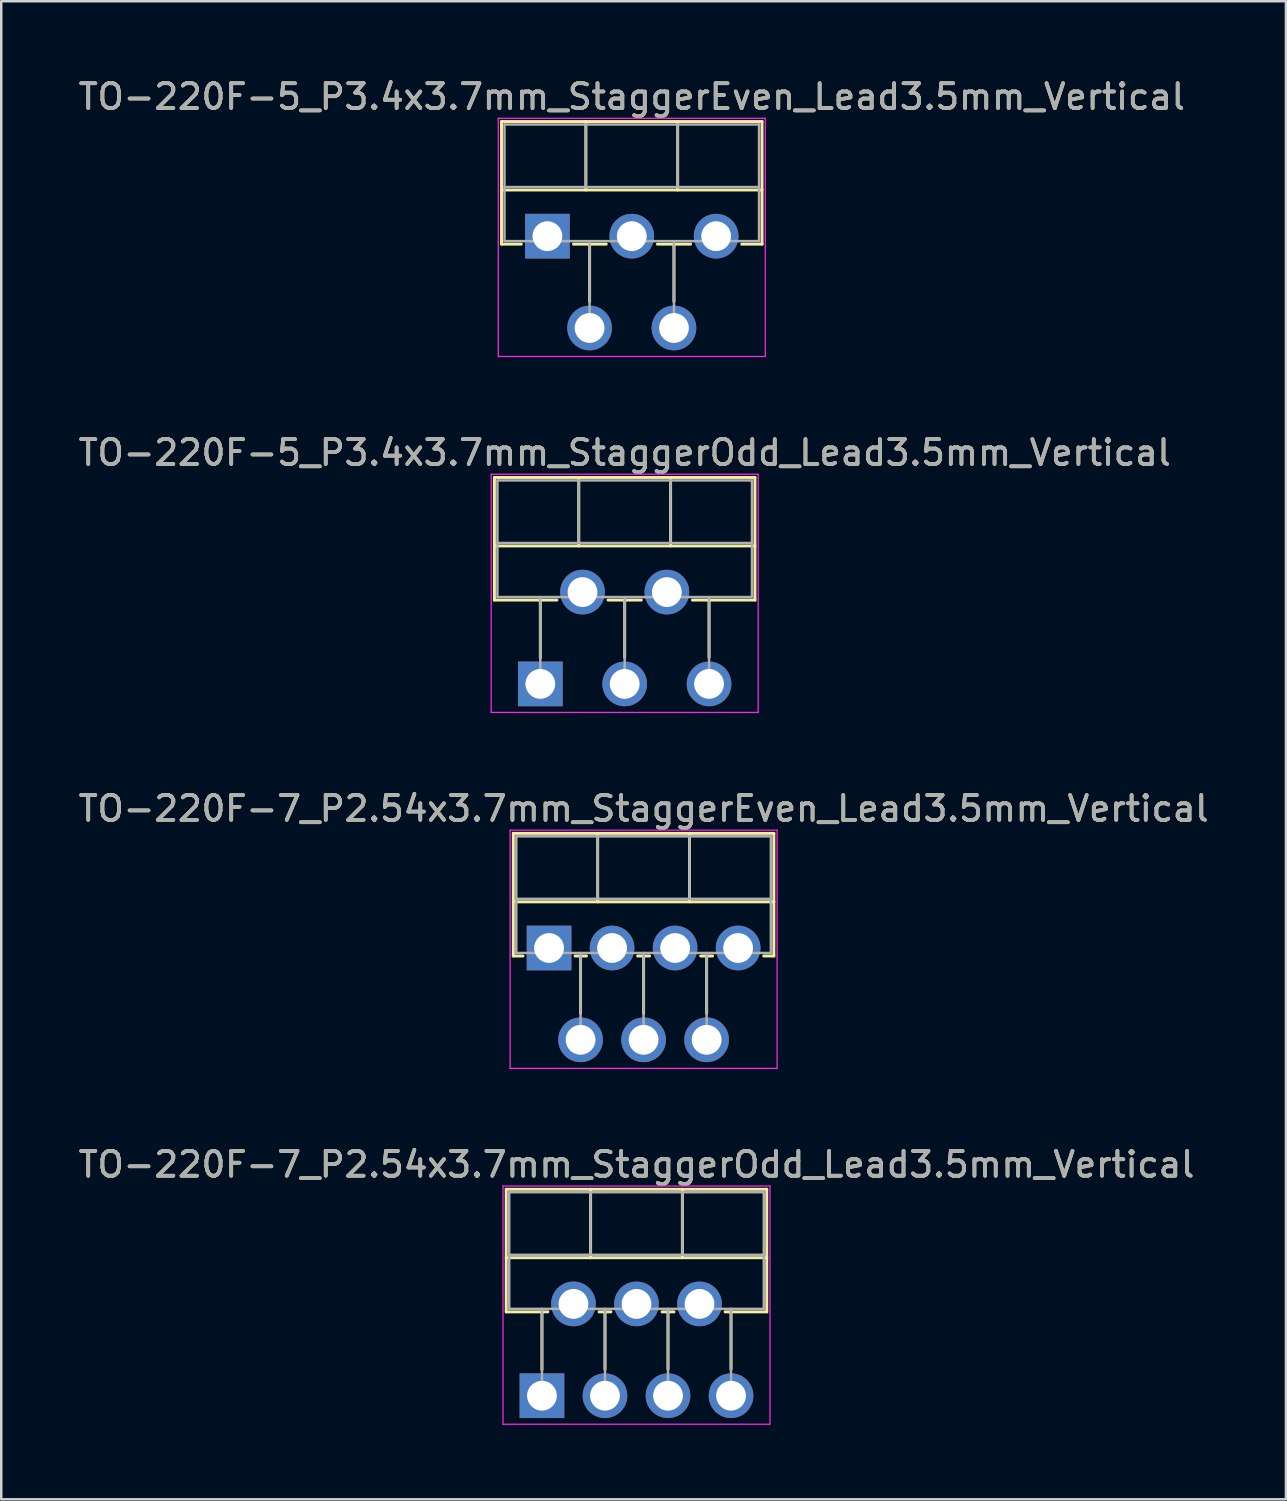
<source format=kicad_pcb>
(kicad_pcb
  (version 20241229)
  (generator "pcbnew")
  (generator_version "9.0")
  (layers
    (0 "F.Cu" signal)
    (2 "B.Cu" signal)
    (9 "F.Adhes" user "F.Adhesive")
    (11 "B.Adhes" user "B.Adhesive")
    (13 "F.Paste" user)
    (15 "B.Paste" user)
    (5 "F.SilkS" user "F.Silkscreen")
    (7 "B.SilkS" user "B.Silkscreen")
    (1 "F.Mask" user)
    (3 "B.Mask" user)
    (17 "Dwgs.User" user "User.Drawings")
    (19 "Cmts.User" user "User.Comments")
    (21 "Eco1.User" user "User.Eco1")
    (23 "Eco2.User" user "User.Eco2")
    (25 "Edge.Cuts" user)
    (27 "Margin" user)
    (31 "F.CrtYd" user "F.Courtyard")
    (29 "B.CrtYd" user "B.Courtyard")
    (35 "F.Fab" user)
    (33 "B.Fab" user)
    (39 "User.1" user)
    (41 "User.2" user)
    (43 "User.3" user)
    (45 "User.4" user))
  (footprint "TO-220F-5_P3.4x3.7mm_StaggerEven_Lead3.5mm_Vertical"
    (layer "F.Cu")
    (at 19.011 6.468)
    (property "Reference" "TO-220F-5_P3.4x3.7mm_StaggerEven_Lead3.5mm_Vertical" (at 3.4 -5.62 0) (layer "F.SilkS") (effects (font (size 1 1) (thickness 0.15))))
    (attr through_hole)
    (fp_line (start -1.85 -4.62) (end -1.85 0.321) (stroke (width 0.12) (type solid)) (layer "F.SilkS"))
    (fp_line (start -1.85 -4.62) (end 8.65 -4.62) (stroke (width 0.12) (type solid)) (layer "F.SilkS"))
    (fp_line (start -1.85 -1.861) (end 8.65 -1.861) (stroke (width 0.12) (type solid)) (layer "F.SilkS"))
    (fp_line (start -1.85 0.321) (end -1.05 0.321) (stroke (width 0.12) (type solid)) (layer "F.SilkS"))
    (fp_line (start 1.05 0.321) (end 2.369 0.321) (stroke (width 0.12) (type solid)) (layer "F.SilkS"))
    (fp_line (start 1.55 -4.62) (end 1.55 -1.861) (stroke (width 0.12) (type solid)) (layer "F.SilkS"))
    (fp_line (start 1.7 0.321) (end 1.7 2.635) (stroke (width 0.12) (type solid)) (layer "F.SilkS"))
    (fp_line (start 4.432 0.321) (end 5.769 0.321) (stroke (width 0.12) (type solid)) (layer "F.SilkS"))
    (fp_line (start 5.1 0.321) (end 5.1 2.635) (stroke (width 0.12) (type solid)) (layer "F.SilkS"))
    (fp_line (start 5.25 -4.62) (end 5.25 -1.861) (stroke (width 0.12) (type solid)) (layer "F.SilkS"))
    (fp_line (start 7.832 0.321) (end 8.65 0.321) (stroke (width 0.12) (type solid)) (layer "F.SilkS"))
    (fp_line (start 8.65 -4.62) (end 8.65 0.321) (stroke (width 0.12) (type solid)) (layer "F.SilkS"))
    (fp_line (start -1.98 -4.75) (end -1.98 4.85) (stroke (width 0.05) (type solid)) (layer "F.CrtYd"))
    (fp_line (start -1.98 4.85) (end 8.78 4.85) (stroke (width 0.05) (type solid)) (layer "F.CrtYd"))
    (fp_line (start 8.78 -4.75) (end -1.98 -4.75) (stroke (width 0.05) (type solid)) (layer "F.CrtYd"))
    (fp_line (start 8.78 4.85) (end 8.78 -4.75) (stroke (width 0.05) (type solid)) (layer "F.CrtYd"))
    (fp_line (start -1.73 -4.5) (end -1.73 0.2) (stroke (width 0.1) (type solid)) (layer "F.Fab"))
    (fp_line (start -1.73 -1.98) (end 8.53 -1.98) (stroke (width 0.1) (type solid)) (layer "F.Fab"))
    (fp_line (start -1.73 0.2) (end 8.53 0.2) (stroke (width 0.1) (type solid)) (layer "F.Fab"))
    (fp_line (start 1.55 -4.5) (end 1.55 -1.98) (stroke (width 0.1) (type solid)) (layer "F.Fab"))
    (fp_line (start 1.7 0.2) (end 1.7 3.7) (stroke (width 0.1) (type solid)) (layer "F.Fab"))
    (fp_line (start 5.1 0.2) (end 5.1 3.7) (stroke (width 0.1) (type solid)) (layer "F.Fab"))
    (fp_line (start 5.25 -4.5) (end 5.25 -1.98) (stroke (width 0.1) (type solid)) (layer "F.Fab"))
    (fp_line (start 8.53 -4.5) (end -1.73 -4.5) (stroke (width 0.1) (type solid)) (layer "F.Fab"))
    (fp_line (start 8.53 0.2) (end 8.53 -4.5) (stroke (width 0.1) (type solid)) (layer "F.Fab"))
    (fp_text user "${REFERENCE}" (at 3.4 -5.62 0) (layer "F.Fab") (effects (font (size 1 1) (thickness 0.15))))
    (pad "1" thru_hole rect (at 0 0) (size 1.8 1.8) (drill 1.2) (layers "*.Cu" "*.Mask"))
    (pad "2" thru_hole oval (at 1.7 3.7) (size 1.8 1.8) (drill 1.2) (layers "*.Cu" "*.Mask"))
    (pad "3" thru_hole oval (at 3.4 0) (size 1.8 1.8) (drill 1.2) (layers "*.Cu" "*.Mask"))
    (pad "4" thru_hole oval (at 5.1 3.7) (size 1.8 1.8) (drill 1.2) (layers "*.Cu" "*.Mask"))
    (pad "5" thru_hole oval (at 6.8 0) (size 1.8 1.8) (drill 1.2) (layers "*.Cu" "*.Mask")))
  (footprint "TO-220F-5_P3.4x3.7mm_StaggerOdd_Lead3.5mm_Vertical"
    (layer "F.Cu")
    (at 18.725 24.512)
    (property "Reference" "TO-220F-5_P3.4x3.7mm_StaggerOdd_Lead3.5mm_Vertical" (at 3.4 -9.32 0) (layer "F.SilkS") (effects (font (size 1 1) (thickness 0.15))))
    (attr through_hole)
    (fp_line (start -1.85 -8.32) (end -1.85 -3.379) (stroke (width 0.12) (type solid)) (layer "F.SilkS"))
    (fp_line (start -1.85 -8.32) (end 8.65 -8.32) (stroke (width 0.12) (type solid)) (layer "F.SilkS"))
    (fp_line (start -1.85 -5.561) (end 8.65 -5.561) (stroke (width 0.12) (type solid)) (layer "F.SilkS"))
    (fp_line (start -1.85 -3.379) (end 0.669 -3.379) (stroke (width 0.12) (type solid)) (layer "F.SilkS"))
    (fp_line (start 0 -3.379) (end 0 -1.049) (stroke (width 0.12) (type solid)) (layer "F.SilkS"))
    (fp_line (start 1.55 -8.32) (end 1.55 -5.561) (stroke (width 0.12) (type solid)) (layer "F.SilkS"))
    (fp_line (start 2.732 -3.379) (end 4.069 -3.379) (stroke (width 0.12) (type solid)) (layer "F.SilkS"))
    (fp_line (start 3.4 -3.379) (end 3.4 -1.065) (stroke (width 0.12) (type solid)) (layer "F.SilkS"))
    (fp_line (start 5.25 -8.32) (end 5.25 -5.561) (stroke (width 0.12) (type solid)) (layer "F.SilkS"))
    (fp_line (start 6.132 -3.379) (end 8.65 -3.379) (stroke (width 0.12) (type solid)) (layer "F.SilkS"))
    (fp_line (start 6.8 -3.379) (end 6.8 -1.065) (stroke (width 0.12) (type solid)) (layer "F.SilkS"))
    (fp_line (start 8.65 -8.32) (end 8.65 -3.379) (stroke (width 0.12) (type solid)) (layer "F.SilkS"))
    (fp_line (start -1.98 -8.45) (end -1.98 1.15) (stroke (width 0.05) (type solid)) (layer "F.CrtYd"))
    (fp_line (start -1.98 1.15) (end 8.78 1.15) (stroke (width 0.05) (type solid)) (layer "F.CrtYd"))
    (fp_line (start 8.78 -8.45) (end -1.98 -8.45) (stroke (width 0.05) (type solid)) (layer "F.CrtYd"))
    (fp_line (start 8.78 1.15) (end 8.78 -8.45) (stroke (width 0.05) (type solid)) (layer "F.CrtYd"))
    (fp_line (start -1.73 -8.2) (end -1.73 -3.5) (stroke (width 0.1) (type solid)) (layer "F.Fab"))
    (fp_line (start -1.73 -5.68) (end 8.53 -5.68) (stroke (width 0.1) (type solid)) (layer "F.Fab"))
    (fp_line (start -1.73 -3.5) (end 8.53 -3.5) (stroke (width 0.1) (type solid)) (layer "F.Fab"))
    (fp_line (start 0 -3.5) (end 0 0) (stroke (width 0.1) (type solid)) (layer "F.Fab"))
    (fp_line (start 1.55 -8.2) (end 1.55 -5.68) (stroke (width 0.1) (type solid)) (layer "F.Fab"))
    (fp_line (start 3.4 -3.5) (end 3.4 0) (stroke (width 0.1) (type solid)) (layer "F.Fab"))
    (fp_line (start 5.25 -8.2) (end 5.25 -5.68) (stroke (width 0.1) (type solid)) (layer "F.Fab"))
    (fp_line (start 6.8 -3.5) (end 6.8 0) (stroke (width 0.1) (type solid)) (layer "F.Fab"))
    (fp_line (start 8.53 -8.2) (end -1.73 -8.2) (stroke (width 0.1) (type solid)) (layer "F.Fab"))
    (fp_line (start 8.53 -3.5) (end 8.53 -8.2) (stroke (width 0.1) (type solid)) (layer "F.Fab"))
    (fp_text user "${REFERENCE}" (at 3.4 -9.32 0) (layer "F.Fab") (effects (font (size 1 1) (thickness 0.15))))
    (pad "1" thru_hole rect (at 0 0) (size 1.8 1.8) (drill 1.2) (layers "*.Cu" "*.Mask"))
    (pad "2" thru_hole oval (at 1.7 -3.7) (size 1.8 1.8) (drill 1.2) (layers "*.Cu" "*.Mask"))
    (pad "3" thru_hole oval (at 3.4 0) (size 1.8 1.8) (drill 1.2) (layers "*.Cu" "*.Mask"))
    (pad "4" thru_hole oval (at 5.1 -3.7) (size 1.8 1.8) (drill 1.2) (layers "*.Cu" "*.Mask"))
    (pad "5" thru_hole oval (at 6.8 0) (size 1.8 1.8) (drill 1.2) (layers "*.Cu" "*.Mask")))
  (footprint "TO-220F-7_P2.54x3.7mm_StaggerEven_Lead3.5mm_Vertical"
    (layer "F.Cu")
    (at 19.077 35.155)
    (property "Reference" "TO-220F-7_P2.54x3.7mm_StaggerEven_Lead3.5mm_Vertical" (at 3.81 -5.62 0) (layer "F.SilkS") (effects (font (size 1 1) (thickness 0.15))))
    (attr through_hole)
    (fp_line (start -1.44 -4.62) (end -1.44 0.321) (stroke (width 0.12) (type solid)) (layer "F.SilkS"))
    (fp_line (start -1.44 -4.62) (end 9.06 -4.62) (stroke (width 0.12) (type solid)) (layer "F.SilkS"))
    (fp_line (start -1.44 -1.861) (end 9.06 -1.861) (stroke (width 0.12) (type solid)) (layer "F.SilkS"))
    (fp_line (start -1.44 0.321) (end -1.05 0.321) (stroke (width 0.12) (type solid)) (layer "F.SilkS"))
    (fp_line (start 1.05 0.321) (end 1.509 0.321) (stroke (width 0.12) (type solid)) (layer "F.SilkS"))
    (fp_line (start 1.27 0.321) (end 1.27 2.635) (stroke (width 0.12) (type solid)) (layer "F.SilkS"))
    (fp_line (start 1.96 -4.62) (end 1.96 -1.861) (stroke (width 0.12) (type solid)) (layer "F.SilkS"))
    (fp_line (start 3.572 0.321) (end 4.049 0.321) (stroke (width 0.12) (type solid)) (layer "F.SilkS"))
    (fp_line (start 3.81 0.321) (end 3.81 2.635) (stroke (width 0.12) (type solid)) (layer "F.SilkS"))
    (fp_line (start 5.66 -4.62) (end 5.66 -1.861) (stroke (width 0.12) (type solid)) (layer "F.SilkS"))
    (fp_line (start 6.112 0.321) (end 6.589 0.321) (stroke (width 0.12) (type solid)) (layer "F.SilkS"))
    (fp_line (start 6.35 0.321) (end 6.35 2.635) (stroke (width 0.12) (type solid)) (layer "F.SilkS"))
    (fp_line (start 8.652 0.321) (end 9.06 0.321) (stroke (width 0.12) (type solid)) (layer "F.SilkS"))
    (fp_line (start 9.06 -4.62) (end 9.06 0.321) (stroke (width 0.12) (type solid)) (layer "F.SilkS"))
    (fp_line (start -1.57 -4.75) (end -1.57 4.85) (stroke (width 0.05) (type solid)) (layer "F.CrtYd"))
    (fp_line (start -1.57 4.85) (end 9.19 4.85) (stroke (width 0.05) (type solid)) (layer "F.CrtYd"))
    (fp_line (start 9.19 -4.75) (end -1.57 -4.75) (stroke (width 0.05) (type solid)) (layer "F.CrtYd"))
    (fp_line (start 9.19 4.85) (end 9.19 -4.75) (stroke (width 0.05) (type solid)) (layer "F.CrtYd"))
    (fp_line (start -1.32 -4.5) (end -1.32 0.2) (stroke (width 0.1) (type solid)) (layer "F.Fab"))
    (fp_line (start -1.32 -1.98) (end 8.94 -1.98) (stroke (width 0.1) (type solid)) (layer "F.Fab"))
    (fp_line (start -1.32 0.2) (end 8.94 0.2) (stroke (width 0.1) (type solid)) (layer "F.Fab"))
    (fp_line (start 1.27 0.2) (end 1.27 3.7) (stroke (width 0.1) (type solid)) (layer "F.Fab"))
    (fp_line (start 1.96 -4.5) (end 1.96 -1.98) (stroke (width 0.1) (type solid)) (layer "F.Fab"))
    (fp_line (start 3.81 0.2) (end 3.81 3.7) (stroke (width 0.1) (type solid)) (layer "F.Fab"))
    (fp_line (start 5.66 -4.5) (end 5.66 -1.98) (stroke (width 0.1) (type solid)) (layer "F.Fab"))
    (fp_line (start 6.35 0.2) (end 6.35 3.7) (stroke (width 0.1) (type solid)) (layer "F.Fab"))
    (fp_line (start 8.94 -4.5) (end -1.32 -4.5) (stroke (width 0.1) (type solid)) (layer "F.Fab"))
    (fp_line (start 8.94 0.2) (end 8.94 -4.5) (stroke (width 0.1) (type solid)) (layer "F.Fab"))
    (fp_text user "${REFERENCE}" (at 3.81 -5.62 0) (layer "F.Fab") (effects (font (size 1 1) (thickness 0.15))))
    (pad "1" thru_hole rect (at 0 0) (size 1.8 1.8) (drill 1.2) (layers "*.Cu" "*.Mask"))
    (pad "2" thru_hole oval (at 1.27 3.7) (size 1.8 1.8) (drill 1.2) (layers "*.Cu" "*.Mask"))
    (pad "3" thru_hole oval (at 2.54 0) (size 1.8 1.8) (drill 1.2) (layers "*.Cu" "*.Mask"))
    (pad "4" thru_hole oval (at 3.81 3.7) (size 1.8 1.8) (drill 1.2) (layers "*.Cu" "*.Mask"))
    (pad "5" thru_hole oval (at 5.08 0) (size 1.8 1.8) (drill 1.2) (layers "*.Cu" "*.Mask"))
    (pad "6" thru_hole oval (at 6.35 3.7) (size 1.8 1.8) (drill 1.2) (layers "*.Cu" "*.Mask"))
    (pad "7" thru_hole oval (at 7.62 0) (size 1.8 1.8) (drill 1.2) (layers "*.Cu" "*.Mask")))
  (footprint "TO-220F-7_P2.54x3.7mm_StaggerOdd_Lead3.5mm_Vertical"
    (layer "F.Cu")
    (at 18.791 53.198)
    (property "Reference" "TO-220F-7_P2.54x3.7mm_StaggerOdd_Lead3.5mm_Vertical" (at 3.81 -9.32 0) (layer "F.SilkS") (effects (font (size 1 1) (thickness 0.15))))
    (attr through_hole)
    (fp_line (start -1.44 -8.32) (end -1.44 -3.379) (stroke (width 0.12) (type solid)) (layer "F.SilkS"))
    (fp_line (start -1.44 -8.32) (end 9.06 -8.32) (stroke (width 0.12) (type solid)) (layer "F.SilkS"))
    (fp_line (start -1.44 -5.561) (end 9.06 -5.561) (stroke (width 0.12) (type solid)) (layer "F.SilkS"))
    (fp_line (start -1.44 -3.379) (end 0.239 -3.379) (stroke (width 0.12) (type solid)) (layer "F.SilkS"))
    (fp_line (start 0 -3.379) (end 0 -1.049) (stroke (width 0.12) (type solid)) (layer "F.SilkS"))
    (fp_line (start 1.96 -8.32) (end 1.96 -5.561) (stroke (width 0.12) (type solid)) (layer "F.SilkS"))
    (fp_line (start 2.302 -3.379) (end 2.779 -3.379) (stroke (width 0.12) (type solid)) (layer "F.SilkS"))
    (fp_line (start 2.54 -3.379) (end 2.54 -1.065) (stroke (width 0.12) (type solid)) (layer "F.SilkS"))
    (fp_line (start 4.842 -3.379) (end 5.319 -3.379) (stroke (width 0.12) (type solid)) (layer "F.SilkS"))
    (fp_line (start 5.08 -3.379) (end 5.08 -1.065) (stroke (width 0.12) (type solid)) (layer "F.SilkS"))
    (fp_line (start 5.66 -8.32) (end 5.66 -5.561) (stroke (width 0.12) (type solid)) (layer "F.SilkS"))
    (fp_line (start 7.382 -3.379) (end 9.06 -3.379) (stroke (width 0.12) (type solid)) (layer "F.SilkS"))
    (fp_line (start 7.62 -3.379) (end 7.62 -1.065) (stroke (width 0.12) (type solid)) (layer "F.SilkS"))
    (fp_line (start 9.06 -8.32) (end 9.06 -3.379) (stroke (width 0.12) (type solid)) (layer "F.SilkS"))
    (fp_line (start -1.57 -8.45) (end -1.57 1.15) (stroke (width 0.05) (type solid)) (layer "F.CrtYd"))
    (fp_line (start -1.57 1.15) (end 9.19 1.15) (stroke (width 0.05) (type solid)) (layer "F.CrtYd"))
    (fp_line (start 9.19 -8.45) (end -1.57 -8.45) (stroke (width 0.05) (type solid)) (layer "F.CrtYd"))
    (fp_line (start 9.19 1.15) (end 9.19 -8.45) (stroke (width 0.05) (type solid)) (layer "F.CrtYd"))
    (fp_line (start -1.32 -8.2) (end -1.32 -3.5) (stroke (width 0.1) (type solid)) (layer "F.Fab"))
    (fp_line (start -1.32 -5.68) (end 8.94 -5.68) (stroke (width 0.1) (type solid)) (layer "F.Fab"))
    (fp_line (start -1.32 -3.5) (end 8.94 -3.5) (stroke (width 0.1) (type solid)) (layer "F.Fab"))
    (fp_line (start 0 -3.5) (end 0 0) (stroke (width 0.1) (type solid)) (layer "F.Fab"))
    (fp_line (start 1.96 -8.2) (end 1.96 -5.68) (stroke (width 0.1) (type solid)) (layer "F.Fab"))
    (fp_line (start 2.54 -3.5) (end 2.54 0) (stroke (width 0.1) (type solid)) (layer "F.Fab"))
    (fp_line (start 5.08 -3.5) (end 5.08 0) (stroke (width 0.1) (type solid)) (layer "F.Fab"))
    (fp_line (start 5.66 -8.2) (end 5.66 -5.68) (stroke (width 0.1) (type solid)) (layer "F.Fab"))
    (fp_line (start 7.62 -3.5) (end 7.62 0) (stroke (width 0.1) (type solid)) (layer "F.Fab"))
    (fp_line (start 8.94 -8.2) (end -1.32 -8.2) (stroke (width 0.1) (type solid)) (layer "F.Fab"))
    (fp_line (start 8.94 -3.5) (end 8.94 -8.2) (stroke (width 0.1) (type solid)) (layer "F.Fab"))
    (fp_text user "${REFERENCE}" (at 3.81 -9.32 0) (layer "F.Fab") (effects (font (size 1 1) (thickness 0.15))))
    (pad "1" thru_hole rect (at 0 0) (size 1.8 1.8) (drill 1.2) (layers "*.Cu" "*.Mask"))
    (pad "2" thru_hole oval (at 1.27 -3.7) (size 1.8 1.8) (drill 1.2) (layers "*.Cu" "*.Mask"))
    (pad "3" thru_hole oval (at 2.54 0) (size 1.8 1.8) (drill 1.2) (layers "*.Cu" "*.Mask"))
    (pad "4" thru_hole oval (at 3.81 -3.7) (size 1.8 1.8) (drill 1.2) (layers "*.Cu" "*.Mask"))
    (pad "5" thru_hole oval (at 5.08 0) (size 1.8 1.8) (drill 1.2) (layers "*.Cu" "*.Mask"))
    (pad "6" thru_hole oval (at 6.35 -3.7) (size 1.8 1.8) (drill 1.2) (layers "*.Cu" "*.Mask"))
    (pad "7" thru_hole oval (at 7.62 0) (size 1.8 1.8) (drill 1.2) (layers "*.Cu" "*.Mask")))
  (gr_rect
    (start -3 -3)
    (end 48.774 57.373)
    (stroke (width 0.1) (type default))
    (fill no)
    (layer "Edge.Cuts")))
</source>
